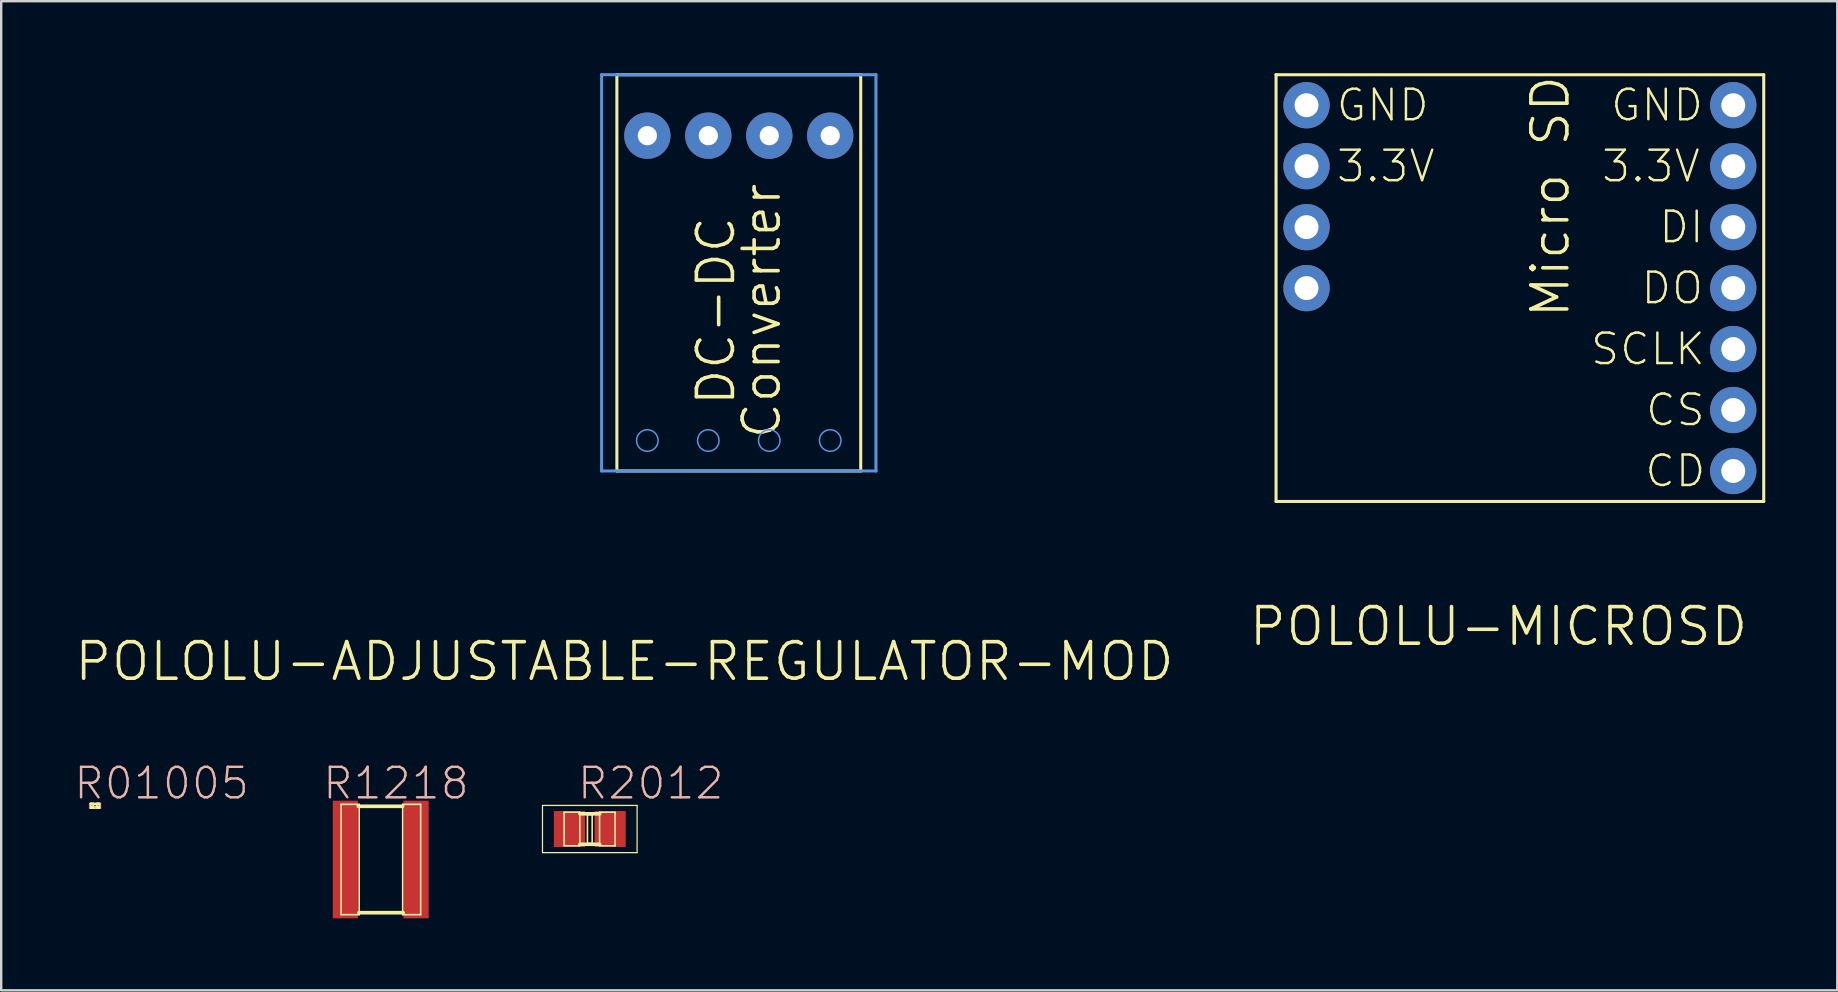
<source format=kicad_pcb>
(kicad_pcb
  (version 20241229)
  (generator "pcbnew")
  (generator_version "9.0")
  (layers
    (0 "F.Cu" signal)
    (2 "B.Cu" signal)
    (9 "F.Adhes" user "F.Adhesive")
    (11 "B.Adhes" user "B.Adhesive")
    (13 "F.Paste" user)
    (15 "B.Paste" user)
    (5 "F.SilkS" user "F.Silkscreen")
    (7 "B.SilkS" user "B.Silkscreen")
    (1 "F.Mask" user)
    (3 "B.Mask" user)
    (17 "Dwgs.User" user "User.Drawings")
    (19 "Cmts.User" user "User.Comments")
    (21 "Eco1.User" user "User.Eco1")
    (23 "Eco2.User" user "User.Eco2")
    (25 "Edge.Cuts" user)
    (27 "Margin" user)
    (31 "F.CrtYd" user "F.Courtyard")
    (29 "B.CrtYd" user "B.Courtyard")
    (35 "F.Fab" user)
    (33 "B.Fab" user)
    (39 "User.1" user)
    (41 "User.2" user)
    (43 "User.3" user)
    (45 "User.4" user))
  (footprint "POLOLU-MICROSD"
    (layer "F.Cu")
    (at 60.277 8.954)
    (property "Reference" "POLOLU-MICROSD" (at -0.889 14.097 0) (layer "F.SilkS") (effects (font (size 1.524 1.524) (thickness 0.15))))
    (attr exclude_from_pos_files exclude_from_bom)
    (fp_line (start -10.16 -8.89) (end -10.16 8.89) (stroke (width 0.127) (type solid)) (layer "F.SilkS"))
    (fp_line (start -10.16 8.89) (end 10.16 8.89) (stroke (width 0.127) (type solid)) (layer "F.SilkS"))
    (fp_line (start 10.16 -8.89) (end -10.16 -8.89) (stroke (width 0.127) (type solid)) (layer "F.SilkS"))
    (fp_line (start 10.16 8.89) (end 10.16 -8.89) (stroke (width 0.127) (type solid)) (layer "F.SilkS"))
    (fp_text user "3.3V" (at 5.461 -5.08 0) (layer "F.SilkS") (effects (font (size 1.27 1.27) (thickness 0.102))))
    (fp_text user "DI" (at 6.731 -2.54 0) (layer "F.SilkS") (effects (font (size 1.27 1.27) (thickness 0.102))))
    (fp_text user "DO" (at 6.35 0 0) (layer "F.SilkS") (effects (font (size 1.27 1.27) (thickness 0.102))))
    (fp_text user "SCLK" (at 5.334 2.54 0) (layer "F.SilkS") (effects (font (size 1.27 1.27) (thickness 0.102))))
    (fp_text user "CD" (at 6.477 7.62 0) (layer "F.SilkS") (effects (font (size 1.27 1.27) (thickness 0.102))))
    (fp_text user "GND" (at 5.715 -7.62 0) (layer "F.SilkS") (effects (font (size 1.27 1.27) (thickness 0.102))))
    (fp_text user "GND" (at -5.715 -7.62 0) (layer "F.SilkS") (effects (font (size 1.27 1.27) (thickness 0.102))))
    (fp_text user "3.3V" (at -5.588 -5.08 0) (layer "F.SilkS") (effects (font (size 1.27 1.27) (thickness 0.102))))
    (fp_text user "Micro SD" (at 1.27 -3.81 90) (layer "F.SilkS") (effects (font (size 1.5 1.5) (thickness 0.15))))
    (fp_text user "CS" (at 6.477 5.08 0) (layer "F.SilkS") (effects (font (size 1.27 1.27) (thickness 0.102))))
    (pad "P$1" thru_hole circle (at -8.89 -7.62) (size 1.93 1.93) (drill 0.998) (layers "*.Cu" "*.Mask"))
    (pad "P$2" thru_hole circle (at -8.89 -5.08) (size 1.93 1.93) (drill 0.998) (layers "*.Cu" "*.Mask"))
    (pad "P$3" thru_hole circle (at -8.89 -2.54) (size 1.93 1.93) (drill 0.998) (layers "*.Cu" "*.Mask"))
    (pad "P$4" thru_hole circle (at -8.89 0) (size 1.93 1.93) (drill 0.998) (layers "*.Cu" "*.Mask"))
    (pad "P$5" thru_hole circle (at 8.89 -7.62) (size 1.93 1.93) (drill 0.998) (layers "*.Cu" "*.Mask"))
    (pad "P$6" thru_hole circle (at 8.89 -5.08) (size 1.93 1.93) (drill 0.998) (layers "*.Cu" "*.Mask"))
    (pad "P$7" thru_hole circle (at 8.89 -2.54) (size 1.93 1.93) (drill 0.998) (layers "*.Cu" "*.Mask"))
    (pad "P$8" thru_hole circle (at 8.89 0) (size 1.93 1.93) (drill 0.998) (layers "*.Cu" "*.Mask"))
    (pad "P$9" thru_hole circle (at 8.89 2.54) (size 1.93 1.93) (drill 0.998) (layers "*.Cu" "*.Mask"))
    (pad "P$10" thru_hole circle (at 8.89 5.08) (size 1.93 1.93) (drill 0.998) (layers "*.Cu" "*.Mask"))
    (pad "P$11" thru_hole circle (at 8.89 7.62) (size 1.93 1.93) (drill 0.998) (layers "*.Cu" "*.Mask")))
  (footprint "R2012"
    (layer "F.Cu")
    (at 21.524 31.492)
    (property "Reference" "R2012" (at 2.54 -1.905 0) (layer "B.SilkS") (effects (font (size 1.27 1.27) (thickness 0.102))))
    (attr smd)
    (fp_line (start -1.971 -0.983) (end 1.971 -0.983) (stroke (width 0.051) (type solid)) (layer "F.SilkS"))
    (fp_line (start -1.971 0.983) (end -1.971 -0.983) (stroke (width 0.051) (type solid)) (layer "F.SilkS"))
    (fp_line (start -1.067 -0.701) (end -0.417 -0.701) (stroke (width 0.066) (type solid)) (layer "F.SilkS"))
    (fp_line (start -1.067 0.699) (end -1.067 -0.701) (stroke (width 0.066) (type solid)) (layer "F.SilkS"))
    (fp_line (start -1.067 0.699) (end -0.417 0.699) (stroke (width 0.066) (type solid)) (layer "F.SilkS"))
    (fp_line (start -0.417 0.699) (end -0.417 -0.701) (stroke (width 0.066) (type solid)) (layer "F.SilkS"))
    (fp_line (start -0.409 -0.635) (end 0.409 -0.635) (stroke (width 0.152) (type solid)) (layer "F.SilkS"))
    (fp_line (start -0.409 0.635) (end 0.409 0.635) (stroke (width 0.152) (type solid)) (layer "F.SilkS"))
    (fp_line (start -0.099 -0.599) (end 0.099 -0.599) (stroke (width 0.066) (type solid)) (layer "F.SilkS"))
    (fp_line (start -0.099 0.599) (end -0.099 -0.599) (stroke (width 0.066) (type solid)) (layer "F.SilkS"))
    (fp_line (start -0.099 0.599) (end 0.099 0.599) (stroke (width 0.066) (type solid)) (layer "F.SilkS"))
    (fp_line (start 0.099 0.599) (end 0.099 -0.599) (stroke (width 0.066) (type solid)) (layer "F.SilkS"))
    (fp_line (start 0.406 -0.701) (end 1.054 -0.701) (stroke (width 0.066) (type solid)) (layer "F.SilkS"))
    (fp_line (start 0.406 0.699) (end 0.406 -0.701) (stroke (width 0.066) (type solid)) (layer "F.SilkS"))
    (fp_line (start 0.406 0.699) (end 1.054 0.699) (stroke (width 0.066) (type solid)) (layer "F.SilkS"))
    (fp_line (start 1.054 0.699) (end 1.054 -0.701) (stroke (width 0.066) (type solid)) (layer "F.SilkS"))
    (fp_line (start 1.971 -0.983) (end 1.971 0.983) (stroke (width 0.051) (type solid)) (layer "F.SilkS"))
    (fp_line (start 1.971 0.983) (end -1.971 0.983) (stroke (width 0.051) (type solid)) (layer "F.SilkS"))
    (pad "1" smd rect (at -0.848 0) (size 1.298 1.499) (layers "F.Cu" "F.Mask" "F.Paste"))
    (pad "2" smd rect (at 0.848 0) (size 1.298 1.499) (layers "F.Cu" "F.Mask" "F.Paste")))
  (footprint "R01005"
    (layer "F.Cu")
    (at 0.911 30.522)
    (property "Reference" "R01005" (at 2.774 -0.935 0) (layer "B.SilkS") (effects (font (size 1.27 1.27) (thickness 0.102))))
    (attr smd)
    (fp_line (start -0.198 -0.099) (end -0.074 -0.099) (stroke (width 0.066) (type solid)) (layer "F.SilkS"))
    (fp_line (start -0.198 0.099) (end -0.198 -0.099) (stroke (width 0.066) (type solid)) (layer "F.SilkS"))
    (fp_line (start -0.198 0.099) (end -0.074 0.099) (stroke (width 0.066) (type solid)) (layer "F.SilkS"))
    (fp_line (start -0.15 -0.099) (end 0.15 -0.099) (stroke (width 0.066) (type solid)) (layer "F.SilkS"))
    (fp_line (start -0.15 -0.048) (end -0.15 -0.099) (stroke (width 0.066) (type solid)) (layer "F.SilkS"))
    (fp_line (start -0.15 -0.048) (end 0.15 -0.048) (stroke (width 0.066) (type solid)) (layer "F.SilkS"))
    (fp_line (start -0.15 0.048) (end 0.15 0.048) (stroke (width 0.066) (type solid)) (layer "F.SilkS"))
    (fp_line (start -0.15 0.099) (end -0.15 0.048) (stroke (width 0.066) (type solid)) (layer "F.SilkS"))
    (fp_line (start -0.15 0.099) (end 0.15 0.099) (stroke (width 0.066) (type solid)) (layer "F.SilkS"))
    (fp_line (start -0.074 0.099) (end -0.074 -0.099) (stroke (width 0.066) (type solid)) (layer "F.SilkS"))
    (fp_line (start 0.074 -0.099) (end 0.198 -0.099) (stroke (width 0.066) (type solid)) (layer "F.SilkS"))
    (fp_line (start 0.074 0.099) (end 0.074 -0.099) (stroke (width 0.066) (type solid)) (layer "F.SilkS"))
    (fp_line (start 0.074 0.099) (end 0.198 0.099) (stroke (width 0.066) (type solid)) (layer "F.SilkS"))
    (fp_line (start 0.15 -0.048) (end 0.15 -0.099) (stroke (width 0.066) (type solid)) (layer "F.SilkS"))
    (fp_line (start 0.15 0.099) (end 0.15 0.048) (stroke (width 0.066) (type solid)) (layer "F.SilkS"))
    (fp_line (start 0.198 0.099) (end 0.198 -0.099) (stroke (width 0.066) (type solid)) (layer "F.SilkS"))
    (pad "1" smd rect (at -0.16 0) (size 0.198 0.249) (layers "F.Cu" "F.Mask" "F.Paste"))
    (pad "2" smd rect (at 0.16 0) (size 0.198 0.249) (layers "F.Cu" "F.Mask" "F.Paste")))
  (footprint "R1218"
    (layer "F.Cu")
    (at 12.813 32.762)
    (property "Reference" "R1218" (at 0.635 -3.175 0) (layer "B.SilkS") (effects (font (size 1.27 1.27) (thickness 0.102))))
    (attr smd)
    (fp_line (start -1.651 -2.299) (end -0.899 -2.299) (stroke (width 0.066) (type solid)) (layer "F.SilkS"))
    (fp_line (start -1.651 2.299) (end -1.651 -2.299) (stroke (width 0.066) (type solid)) (layer "F.SilkS"))
    (fp_line (start -1.651 2.299) (end -0.899 2.299) (stroke (width 0.066) (type solid)) (layer "F.SilkS"))
    (fp_line (start -0.912 2.217) (end 0.937 2.217) (stroke (width 0.152) (type solid)) (layer "F.SilkS"))
    (fp_line (start -0.899 2.299) (end -0.899 -2.299) (stroke (width 0.066) (type solid)) (layer "F.SilkS"))
    (fp_line (start 0.912 -2.217) (end -0.937 -2.217) (stroke (width 0.152) (type solid)) (layer "F.SilkS"))
    (fp_line (start 0.914 -2.299) (end 1.664 -2.299) (stroke (width 0.066) (type solid)) (layer "F.SilkS"))
    (fp_line (start 0.914 2.299) (end 0.914 -2.299) (stroke (width 0.066) (type solid)) (layer "F.SilkS"))
    (fp_line (start 0.914 2.299) (end 1.664 2.299) (stroke (width 0.066) (type solid)) (layer "F.SilkS"))
    (fp_line (start 1.664 2.299) (end 1.664 -2.299) (stroke (width 0.066) (type solid)) (layer "F.SilkS"))
    (pad "1" smd rect (at -1.473 0) (size 1.049 4.9) (layers "F.Cu" "F.Mask" "F.Paste"))
    (pad "2" smd rect (at 1.473 0) (size 1.049 4.9) (layers "F.Cu" "F.Mask" "F.Paste")))
  (footprint "POLOLU-ADJUSTABLE-REGULATOR-MOD"
    (layer "F.Cu")
    (at 25.509 10.541)
    (property "Reference" "POLOLU-ADJUSTABLE-REGULATOR-MOD" (at -2.54 13.97 0) (layer "F.SilkS") (effects (font (size 1.524 1.524) (thickness 0.15))))
    (attr exclude_from_pos_files exclude_from_bom)
    (fp_line (start -2.857 -10.477) (end 7.303 -10.477) (stroke (width 0.127) (type solid)) (layer "F.SilkS"))
    (fp_line (start -2.857 6.032) (end -2.857 -10.477) (stroke (width 0.127) (type solid)) (layer "F.SilkS"))
    (fp_line (start 7.303 -10.477) (end 7.303 6.032) (stroke (width 0.127) (type solid)) (layer "F.SilkS"))
    (fp_line (start 7.303 6.032) (end -2.857 6.032) (stroke (width 0.127) (type solid)) (layer "F.SilkS"))
    (fp_line (start -3.493 -10.477) (end 7.938 -10.477) (stroke (width 0.127) (type solid)) (layer "Cmts.User"))
    (fp_line (start -3.493 6.032) (end -3.493 -10.477) (stroke (width 0.127) (type solid)) (layer "Cmts.User"))
    (fp_line (start 7.938 -10.477) (end 7.938 6.032) (stroke (width 0.127) (type solid)) (layer "Cmts.User"))
    (fp_line (start 7.938 6.032) (end -3.493 6.032) (stroke (width 0.127) (type solid)) (layer "Cmts.User"))
    (fp_circle (center -1.587 4.763) (end -1.905 5.08) (stroke (width 0.064) (type solid)) (fill no) (layer "Cmts.User"))
    (fp_circle (center 0.953 4.763) (end 1.27 5.08) (stroke (width 0.064) (type solid)) (fill no) (layer "Cmts.User"))
    (fp_circle (center 3.493 4.763) (end 3.81 5.08) (stroke (width 0.064) (type solid)) (fill no) (layer "Cmts.User"))
    (fp_circle (center 6.032 4.763) (end 6.35 5.08) (stroke (width 0.064) (type solid)) (fill no) (layer "Cmts.User"))
    (fp_text user "Converter" (at 3.175 -0.635 270) (layer "F.SilkS") (effects (font (size 1.5 1.5) (thickness 0.15))))
    (fp_text user "DC-DC" (at 1.27 -0.635 270) (layer "F.SilkS") (effects (font (size 1.5 1.5) (thickness 0.15))))
    (pad "GND" thru_hole circle (at 0.953 -7.938 180) (size 1.93 1.93) (drill 0.8) (layers "*.Cu" "*.Mask"))
    (pad "SHDN" thru_hole circle (at 6.032 -7.938 180) (size 1.93 1.93) (drill 0.8) (layers "*.Cu" "*.Mask"))
    (pad "VIN" thru_hole circle (at 3.493 -7.938 180) (size 1.93 1.93) (drill 0.8) (layers "*.Cu" "*.Mask"))
    (pad "VOUT" thru_hole circle (at -1.587 -7.938 180) (size 1.93 1.93) (drill 0.8) (layers "*.Cu" "*.Mask")))
  (gr_rect
    (start -3 -3)
    (end 73.501 38.212)
    (stroke (width 0.1) (type default))
    (fill no)
    (layer "Edge.Cuts")))
</source>
